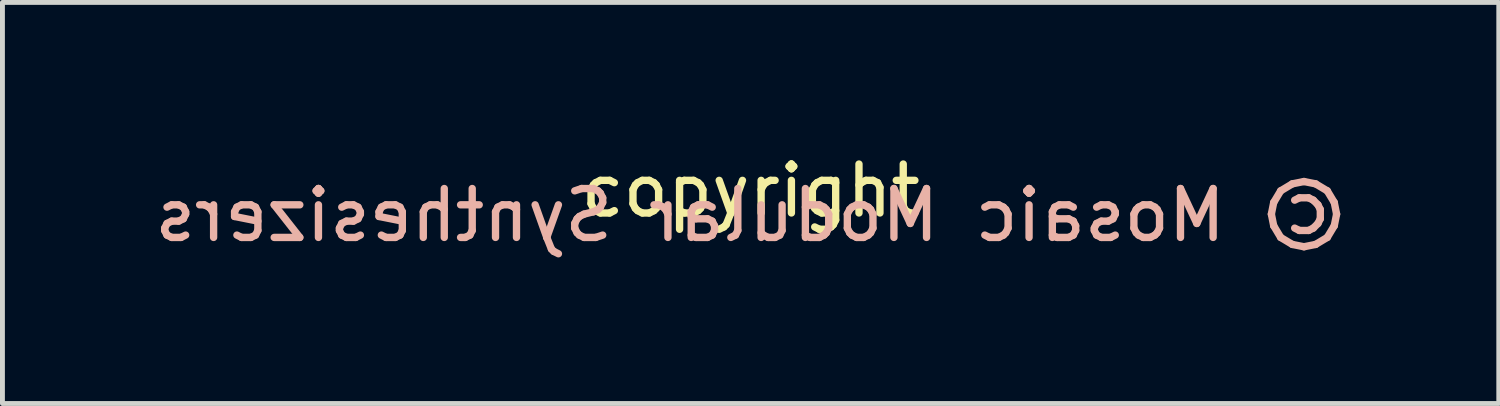
<source format=kicad_pcb>
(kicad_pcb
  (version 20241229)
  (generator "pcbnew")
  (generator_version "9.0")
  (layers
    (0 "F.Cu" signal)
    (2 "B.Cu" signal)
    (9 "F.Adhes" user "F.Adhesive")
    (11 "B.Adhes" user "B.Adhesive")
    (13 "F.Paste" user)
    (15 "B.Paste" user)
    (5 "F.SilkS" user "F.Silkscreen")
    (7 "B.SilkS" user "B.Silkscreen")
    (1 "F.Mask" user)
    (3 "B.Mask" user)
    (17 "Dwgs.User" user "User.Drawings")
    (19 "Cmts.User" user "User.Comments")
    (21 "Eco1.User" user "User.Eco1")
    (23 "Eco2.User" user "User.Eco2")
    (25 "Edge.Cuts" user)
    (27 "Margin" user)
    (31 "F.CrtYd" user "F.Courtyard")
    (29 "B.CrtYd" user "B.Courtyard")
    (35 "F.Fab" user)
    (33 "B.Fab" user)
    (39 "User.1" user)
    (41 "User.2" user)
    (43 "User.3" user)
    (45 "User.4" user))
  (footprint "copyright"
    (layer "F.Cu")
    (at 12.292 1.348)
    (property "Reference" "copyright" (at 0 -0.5 0) (unlocked yes) (layer "F.SilkS") (effects (font (size 1 1) (thickness 0.15))))
    (attr smd)
    (fp_text user "© Mosaic Modular Synthesizers" (at 0 0 0) (unlocked yes) (layer "B.SilkS") (effects (font (size 1 1) (thickness 0.15)) (justify mirror))))
  (gr_rect
    (start -3 -3)
    (end 27.583 5.197)
    (stroke (width 0.1) (type default))
    (fill no)
    (layer "Edge.Cuts")))
</source>
